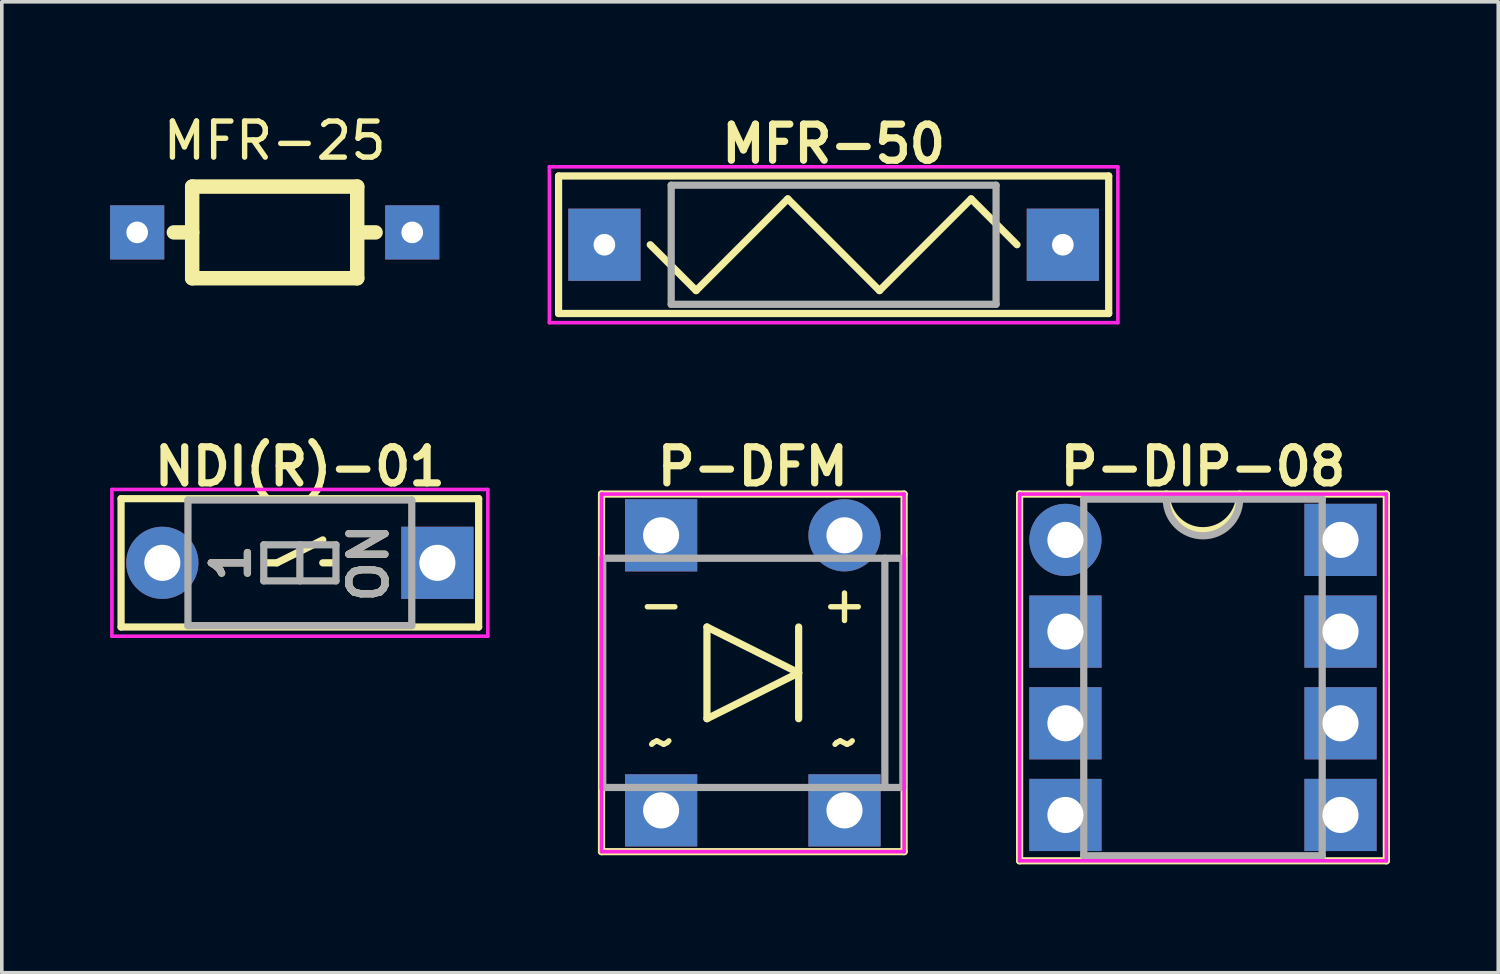
<source format=kicad_pcb>
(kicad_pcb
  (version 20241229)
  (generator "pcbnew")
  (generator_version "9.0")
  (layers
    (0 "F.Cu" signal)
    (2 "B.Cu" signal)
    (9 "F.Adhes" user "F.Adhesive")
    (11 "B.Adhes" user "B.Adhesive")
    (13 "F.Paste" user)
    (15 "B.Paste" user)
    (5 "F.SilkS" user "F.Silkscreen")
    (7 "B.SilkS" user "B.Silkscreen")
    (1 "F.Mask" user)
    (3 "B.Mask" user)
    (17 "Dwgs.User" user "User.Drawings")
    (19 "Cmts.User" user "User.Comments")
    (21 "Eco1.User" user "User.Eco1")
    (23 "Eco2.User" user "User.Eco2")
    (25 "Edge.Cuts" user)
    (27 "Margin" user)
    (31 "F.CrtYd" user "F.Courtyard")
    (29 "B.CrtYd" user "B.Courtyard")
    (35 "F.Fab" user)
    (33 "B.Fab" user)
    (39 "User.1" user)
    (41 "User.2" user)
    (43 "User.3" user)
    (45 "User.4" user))
  (footprint "P-DIP-08"
    (layer "F.Cu")
    (at 30.276 15.717)
    (property "Reference" "P-DIP-08" (at 0 -5.842 0) (layer "F.SilkS") (effects (font (size 1 1) (thickness 0.2))))
    (attr through_hole)
    (fp_line (start -5.08 -5.08) (end -5.08 5.08) (stroke (width 0.2) (type solid)) (layer "F.SilkS"))
    (fp_line (start -5.08 -5.08) (end 5.08 -5.08) (stroke (width 0.2) (type solid)) (layer "F.SilkS"))
    (fp_line (start -5.08 5.08) (end 5.08 5.08) (stroke (width 0.2) (type solid)) (layer "F.SilkS"))
    (fp_line (start 5.08 -5.08) (end 5.08 5.08) (stroke (width 0.2) (type solid)) (layer "F.SilkS"))
    (fp_arc (start 1.016 -5.08) (mid 0 -4.064) (end -1.016 -5.08) (stroke (width 0.2) (type solid)) (layer "F.SilkS"))
    (fp_line (start -5.08 -5.08) (end -5.08 5.08) (stroke (width 0.1) (type solid)) (layer "F.CrtYd"))
    (fp_line (start -5.08 -5.08) (end 5.08 -5.08) (stroke (width 0.1) (type solid)) (layer "F.CrtYd"))
    (fp_line (start -5.08 5.08) (end 5.08 5.08) (stroke (width 0.1) (type solid)) (layer "F.CrtYd"))
    (fp_line (start 5.08 -5.08) (end 5.08 5.08) (stroke (width 0.1) (type solid)) (layer "F.CrtYd"))
    (fp_line (start -3.303 -4.94) (end -3.303 4.94) (stroke (width 0.2) (type solid)) (layer "F.Fab"))
    (fp_line (start -3.303 -4.94) (end 3.303 -4.94) (stroke (width 0.2) (type solid)) (layer "F.Fab"))
    (fp_line (start -3.303 4.94) (end 3.303 4.94) (stroke (width 0.2) (type solid)) (layer "F.Fab"))
    (fp_line (start 3.303 -4.94) (end 3.303 4.94) (stroke (width 0.2) (type solid)) (layer "F.Fab"))
    (fp_arc (start 1.016 -4.94) (mid 0 -3.924) (end -1.016 -4.94) (stroke (width 0.2) (type solid)) (layer "F.Fab"))
    (pad "1" thru_hole circle (at -3.81 -3.81) (size 2 2) (drill 1) (layers "*.Cu" "*.Mask"))
    (pad "2" thru_hole rect (at -3.81 -1.27) (size 2 2) (drill 1) (layers "*.Cu" "*.Mask"))
    (pad "3" thru_hole rect (at -3.81 1.27) (size 2 2) (drill 1) (layers "*.Cu" "*.Mask"))
    (pad "4" thru_hole rect (at -3.81 3.81) (size 2 2) (drill 1) (layers "*.Cu" "*.Mask"))
    (pad "5" thru_hole rect (at 3.81 3.81) (size 2 2) (drill 1) (layers "*.Cu" "*.Mask"))
    (pad "6" thru_hole rect (at 3.81 1.27) (size 2 2) (drill 1) (layers "*.Cu" "*.Mask"))
    (pad "7" thru_hole rect (at 3.81 -1.27) (size 2 2) (drill 1) (layers "*.Cu" "*.Mask"))
    (pad "8" thru_hole rect (at 3.81 -3.81) (size 2 2) (drill 1) (layers "*.Cu" "*.Mask")))
  (footprint "MFR-25"
    (layer "F.Cu")
    (at 4.56 3.388)
    (property "Reference" "MFR-25" (at 0 -2.54 0) (layer "F.SilkS") (effects (font (size 1 1) (thickness 0.15))))
    (attr through_hole)
    (fp_line (start -2.794 0) (end -2.286 0) (stroke (width 0.4) (type solid)) (layer "F.SilkS"))
    (fp_line (start -2.286 -1.27) (end -2.286 1.27) (stroke (width 0.4) (type solid)) (layer "F.SilkS"))
    (fp_line (start -2.286 -1.27) (end 2.286 -1.27) (stroke (width 0.4) (type solid)) (layer "F.SilkS"))
    (fp_line (start -2.286 1.27) (end 2.286 1.27) (stroke (width 0.4) (type solid)) (layer "F.SilkS"))
    (fp_line (start 2.286 -1.27) (end 2.286 1.27) (stroke (width 0.4) (type solid)) (layer "F.SilkS"))
    (fp_line (start 2.286 0) (end 2.794 0) (stroke (width 0.4) (type solid)) (layer "F.SilkS"))
    (pad "1" thru_hole rect (at -3.81 0) (size 1.5 1.5) (drill 0.6) (layers "*.Cu" "*.Mask"))
    (pad "2" thru_hole rect (at 3.81 0) (size 1.5 1.5) (drill 0.6) (layers "*.Cu" "*.Mask")))
  (footprint "MFR-50"
    (layer "F.Cu")
    (at 20.044 3.73)
    (property "Reference" "MFR-50" (at 0 -2.794 0) (layer "F.SilkS") (effects (font (size 1 1) (thickness 0.2))))
    (attr through_hole)
    (fp_line (start -7.62 -1.905) (end -7.62 1.905) (stroke (width 0.2) (type solid)) (layer "F.SilkS"))
    (fp_line (start -7.62 -1.905) (end 7.62 -1.905) (stroke (width 0.2) (type solid)) (layer "F.SilkS"))
    (fp_line (start -7.62 1.905) (end 7.62 1.905) (stroke (width 0.2) (type solid)) (layer "F.SilkS"))
    (fp_line (start -5.08 0) (end -3.81 1.27) (stroke (width 0.2) (type solid)) (layer "F.SilkS"))
    (fp_line (start -3.81 1.27) (end -1.27 -1.27) (stroke (width 0.2) (type solid)) (layer "F.SilkS"))
    (fp_line (start -1.27 -1.27) (end 1.27 1.27) (stroke (width 0.2) (type solid)) (layer "F.SilkS"))
    (fp_line (start 1.27 1.27) (end 3.81 -1.27) (stroke (width 0.2) (type solid)) (layer "F.SilkS"))
    (fp_line (start 3.81 -1.27) (end 5.08 0) (stroke (width 0.2) (type solid)) (layer "F.SilkS"))
    (fp_line (start 7.62 -1.905) (end 7.62 1.905) (stroke (width 0.2) (type solid)) (layer "F.SilkS"))
    (fp_line (start -7.874 -2.159) (end 7.874 -2.159) (stroke (width 0.1) (type solid)) (layer "F.CrtYd"))
    (fp_line (start -7.874 2.159) (end -7.874 -2.159) (stroke (width 0.1) (type solid)) (layer "F.CrtYd"))
    (fp_line (start 7.874 -2.159) (end 7.874 2.159) (stroke (width 0.1) (type solid)) (layer "F.CrtYd"))
    (fp_line (start 7.874 2.159) (end -7.874 2.159) (stroke (width 0.1) (type solid)) (layer "F.CrtYd"))
    (fp_line (start -4.5 -1.65) (end -4.5 1.65) (stroke (width 0.2) (type solid)) (layer "F.Fab"))
    (fp_line (start -4.5 -1.65) (end 4.5 -1.65) (stroke (width 0.2) (type solid)) (layer "F.Fab"))
    (fp_line (start -4.5 1.65) (end 4.5 1.65) (stroke (width 0.2) (type solid)) (layer "F.Fab"))
    (fp_line (start 4.5 -1.65) (end 4.5 1.65) (stroke (width 0.2) (type solid)) (layer "F.Fab"))
    (pad "1" thru_hole rect (at -6.35 0) (size 2 2) (drill 0.6) (layers "*.Cu" "*.Mask"))
    (pad "2" thru_hole rect (at 6.35 0) (size 2 2) (drill 0.6) (layers "*.Cu" "*.Mask")))
  (footprint "P-DFM"
    (layer "F.Cu")
    (at 17.805 15.59)
    (property "Reference" "P-DFM" (at 0 -5.715 0) (layer "F.SilkS") (effects (font (size 1 1) (thickness 0.2))))
    (attr through_hole)
    (fp_line (start -4.191 -4.953) (end -4.191 4.953) (stroke (width 0.2) (type solid)) (layer "F.SilkS"))
    (fp_line (start -4.191 -4.953) (end 4.191 -4.953) (stroke (width 0.2) (type solid)) (layer "F.SilkS"))
    (fp_line (start -4.191 4.953) (end 4.191 4.953) (stroke (width 0.2) (type solid)) (layer "F.SilkS"))
    (fp_line (start -1.27 -1.27) (end -1.27 1.27) (stroke (width 0.2) (type solid)) (layer "F.SilkS"))
    (fp_line (start -1.27 -1.27) (end 1.27 0) (stroke (width 0.2) (type solid)) (layer "F.SilkS"))
    (fp_line (start -1.27 1.27) (end 1.27 0) (stroke (width 0.2) (type solid)) (layer "F.SilkS"))
    (fp_line (start 1.27 -1.27) (end 1.27 1.27) (stroke (width 0.2) (type solid)) (layer "F.SilkS"))
    (fp_line (start 4.191 -4.953) (end 4.191 4.953) (stroke (width 0.2) (type solid)) (layer "F.SilkS"))
    (fp_line (start -4.191 -4.953) (end -4.191 4.953) (stroke (width 0.1) (type solid)) (layer "F.CrtYd"))
    (fp_line (start -4.191 -4.953) (end 4.191 -4.953) (stroke (width 0.1) (type solid)) (layer "F.CrtYd"))
    (fp_line (start -4.191 4.953) (end 4.191 4.953) (stroke (width 0.1) (type solid)) (layer "F.CrtYd"))
    (fp_line (start 4.191 -4.953) (end 4.191 4.953) (stroke (width 0.1) (type solid)) (layer "F.CrtYd"))
    (fp_line (start -4.157 -3.175) (end -4.157 3.175) (stroke (width 0.2) (type solid)) (layer "F.Fab"))
    (fp_line (start -4.157 -3.175) (end 4.157 -3.175) (stroke (width 0.2) (type solid)) (layer "F.Fab"))
    (fp_line (start -4.157 3.175) (end 4.157 3.175) (stroke (width 0.2) (type solid)) (layer "F.Fab"))
    (fp_line (start 3.658 -3.175) (end 3.658 3.175) (stroke (width 0.2) (type solid)) (layer "F.Fab"))
    (fp_line (start 4.157 -3.175) (end 4.157 3.175) (stroke (width 0.2) (type solid)) (layer "F.Fab"))
    (fp_text user "~" (at 2.54 1.905 0) (layer "F.SilkS") (effects (font (size 1 1) (thickness 0.15))))
    (fp_text user "-" (at -2.54 -1.905 0) (layer "F.SilkS") (effects (font (size 1 1) (thickness 0.15))))
    (fp_text user "+" (at 2.54 -1.905 0) (layer "F.SilkS") (effects (font (size 1 1) (thickness 0.15))))
    (fp_text user "~" (at -2.54 1.905 0) (layer "F.SilkS") (effects (font (size 1 1) (thickness 0.15))))
    (pad "+" thru_hole circle (at 2.54 -3.81) (size 2 2) (drill 1) (layers "*.Cu" "*.Mask"))
    (pad "-" thru_hole rect (at -2.54 -3.81) (size 2 2) (drill 1) (layers "*.Cu" "*.Mask"))
    (pad "~~1" thru_hole rect (at -2.54 3.81) (size 2 2) (drill 1) (layers "*.Cu" "*.Mask"))
    (pad "~~2" thru_hole rect (at 2.54 3.81) (size 2 2) (drill 1) (layers "*.Cu" "*.Mask")))
  (footprint "NDI(R)-01"
    (layer "F.Cu")
    (at 5.257 12.542)
    (property "Reference" "NDI(R)-01" (at 0 -2.667 0) (layer "F.SilkS") (effects (font (size 1 1) (thickness 0.2))))
    (attr through_hole)
    (fp_line (start -4.953 -1.778) (end -4.953 1.778) (stroke (width 0.2) (type solid)) (layer "F.SilkS"))
    (fp_line (start -4.953 -1.778) (end 4.953 -1.778) (stroke (width 0.2) (type solid)) (layer "F.SilkS"))
    (fp_line (start -4.953 1.778) (end 4.953 1.778) (stroke (width 0.2) (type solid)) (layer "F.SilkS"))
    (fp_line (start -0.925 0) (end -0.635 0) (stroke (width 0.2) (type solid)) (layer "F.SilkS"))
    (fp_line (start -0.635 0) (end 0.635 -0.635) (stroke (width 0.2) (type solid)) (layer "F.SilkS"))
    (fp_line (start 0.635 0) (end 0.925 0) (stroke (width 0.2) (type solid)) (layer "F.SilkS"))
    (fp_line (start 4.953 -1.778) (end 4.953 1.778) (stroke (width 0.2) (type solid)) (layer "F.SilkS"))
    (fp_line (start -5.207 -2.032) (end -5.207 2.032) (stroke (width 0.1) (type solid)) (layer "F.CrtYd"))
    (fp_line (start -5.207 -2.032) (end 5.207 -2.032) (stroke (width 0.1) (type solid)) (layer "F.CrtYd"))
    (fp_line (start -5.207 2.032) (end 5.207 2.032) (stroke (width 0.1) (type solid)) (layer "F.CrtYd"))
    (fp_line (start 5.207 -2.032) (end 5.207 2.032) (stroke (width 0.1) (type solid)) (layer "F.CrtYd"))
    (fp_line (start -3.1 -1.74) (end -3.1 1.74) (stroke (width 0.2) (type solid)) (layer "F.Fab"))
    (fp_line (start -3.1 -1.74) (end 3.1 -1.74) (stroke (width 0.2) (type solid)) (layer "F.Fab"))
    (fp_line (start -3.1 1.74) (end 3.1 1.74) (stroke (width 0.2) (type solid)) (layer "F.Fab"))
    (fp_line (start -1 -0.5) (end -1 0.5) (stroke (width 0.2) (type solid)) (layer "F.Fab"))
    (fp_line (start -1 -0.5) (end 1 -0.5) (stroke (width 0.2) (type solid)) (layer "F.Fab"))
    (fp_line (start -1 0.5) (end 1 0.5) (stroke (width 0.2) (type solid)) (layer "F.Fab"))
    (fp_line (start 0 -0.5) (end 0 0.5) (stroke (width 0.2) (type solid)) (layer "F.Fab"))
    (fp_line (start 1 -0.5) (end 1 0.5) (stroke (width 0.2) (type solid)) (layer "F.Fab"))
    (fp_line (start 3.1 -1.74) (end 3.1 1.74) (stroke (width 0.2) (type solid)) (layer "F.Fab"))
    (fp_text user "ON" (at 1.905 0 90) (layer "F.SilkS") (effects (font (size 1 1) (thickness 0.2))))
    (fp_text user "1" (at -1.905 0 90) (layer "F.SilkS") (effects (font (size 1 1) (thickness 0.2))))
    (fp_text user "ON" (at 1.905 0 90) (layer "F.Fab") (effects (font (size 1 1) (thickness 0.2))))
    (fp_text user "1" (at -1.905 0 90) (layer "F.Fab") (effects (font (size 1 1) (thickness 0.2))))
    (pad "1" thru_hole circle (at -3.81 0) (size 2 2) (drill 1) (layers "*.Cu" "*.Mask"))
    (pad "2" thru_hole rect (at 3.81 0) (size 2 2) (drill 1) (layers "*.Cu" "*.Mask")))
  (gr_rect
    (start -3 -3)
    (end 38.456 23.897)
    (stroke (width 0.1) (type default))
    (fill no)
    (layer "Edge.Cuts")))
</source>
